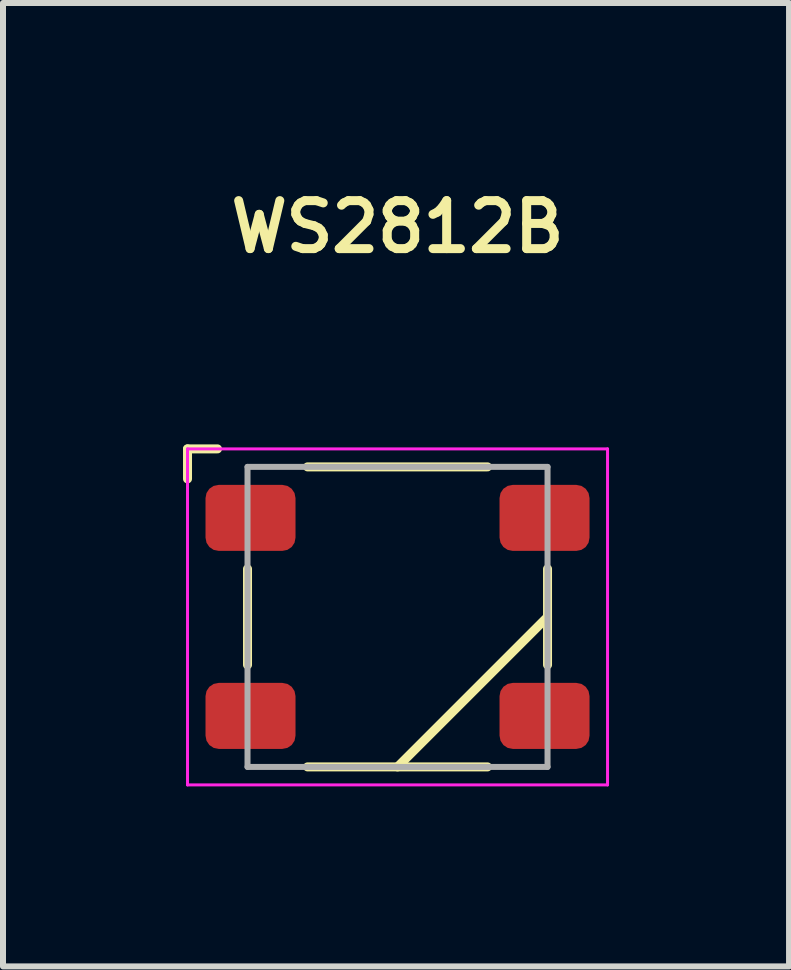
<source format=kicad_pcb>
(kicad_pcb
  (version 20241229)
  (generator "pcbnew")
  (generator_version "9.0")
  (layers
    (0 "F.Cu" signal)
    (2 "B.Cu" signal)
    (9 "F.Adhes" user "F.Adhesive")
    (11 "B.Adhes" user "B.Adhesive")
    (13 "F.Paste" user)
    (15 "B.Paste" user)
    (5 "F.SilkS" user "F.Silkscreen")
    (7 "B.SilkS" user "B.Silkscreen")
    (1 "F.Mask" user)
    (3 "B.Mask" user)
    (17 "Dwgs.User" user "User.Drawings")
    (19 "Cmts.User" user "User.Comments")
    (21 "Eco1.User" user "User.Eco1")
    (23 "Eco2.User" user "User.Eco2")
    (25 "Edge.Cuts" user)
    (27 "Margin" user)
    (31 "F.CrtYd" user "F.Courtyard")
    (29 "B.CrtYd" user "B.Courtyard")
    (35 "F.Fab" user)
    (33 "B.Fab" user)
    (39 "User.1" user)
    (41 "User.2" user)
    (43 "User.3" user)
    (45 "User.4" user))
  (footprint "WS2812B"
    (layer "F.Cu")
    (at 3.575 7.231)
    (property "Reference" "WS2812B" (at 0 -6.5 0) (unlocked yes) (layer "F.SilkS") (effects (font (size 0.8 0.8) (thickness 0.15))))
    (attr smd)
    (fp_line (start -3.5 -2.8) (end -3.5 -2.3) (stroke (width 0.15) (type default)) (layer "F.SilkS"))
    (fp_line (start -3.5 -2.8) (end -3 -2.8) (stroke (width 0.15) (type default)) (layer "F.SilkS"))
    (fp_line (start -2.5 -0.8) (end -2.5 0.8) (stroke (width 0.15) (type default)) (layer "F.SilkS"))
    (fp_line (start -1.5 -2.5) (end 1.5 -2.5) (stroke (width 0.15) (type default)) (layer "F.SilkS"))
    (fp_line (start -1.5 2.5) (end 1.5 2.5) (stroke (width 0.15) (type default)) (layer "F.SilkS"))
    (fp_line (start 0 2.5) (end 2.5 0) (stroke (width 0.15) (type default)) (layer "F.SilkS"))
    (fp_line (start 2.5 0.8) (end 2.5 -0.8) (stroke (width 0.15) (type default)) (layer "F.SilkS"))
    (fp_line (start -3.5 -2.8) (end 3.5 -2.8) (stroke (width 0.05) (type default)) (layer "F.CrtYd"))
    (fp_line (start -3.5 2.8) (end -3.5 -2.8) (stroke (width 0.05) (type default)) (layer "F.CrtYd"))
    (fp_line (start 3.5 -2.8) (end 3.5 2.8) (stroke (width 0.05) (type default)) (layer "F.CrtYd"))
    (fp_line (start 3.5 2.8) (end -3.5 2.8) (stroke (width 0.05) (type default)) (layer "F.CrtYd"))
    (fp_line (start -2.5 -2.5) (end 2.5 -2.5) (stroke (width 0.1) (type default)) (layer "F.Fab"))
    (fp_line (start -2.5 2.5) (end -2.5 -2.5) (stroke (width 0.1) (type default)) (layer "F.Fab"))
    (fp_line (start 2.5 -2.5) (end 2.5 2.5) (stroke (width 0.1) (type default)) (layer "F.Fab"))
    (fp_line (start 2.5 2.5) (end -2.5 2.5) (stroke (width 0.1) (type default)) (layer "F.Fab"))
    (pad "1" smd roundrect (at -2.45 -1.65) (size 1.5 1.1) (layers "F.Cu" "F.Mask" "F.Paste") (roundrect_rratio 0.2))
    (pad "2" smd roundrect (at -2.45 1.65) (size 1.5 1.1) (layers "F.Cu" "F.Mask" "F.Paste") (roundrect_rratio 0.2))
    (pad "3" smd roundrect (at 2.45 1.65) (size 1.5 1.1) (layers "F.Cu" "F.Mask" "F.Paste") (roundrect_rratio 0.2))
    (pad "4" smd roundrect (at 2.45 -1.65) (size 1.5 1.1) (layers "F.Cu" "F.Mask" "F.Paste") (roundrect_rratio 0.2)))
  (gr_rect
    (start -3 -3)
    (end 10.1 13.056)
    (stroke (width 0.1) (type default))
    (fill no)
    (layer "Edge.Cuts")))
</source>
